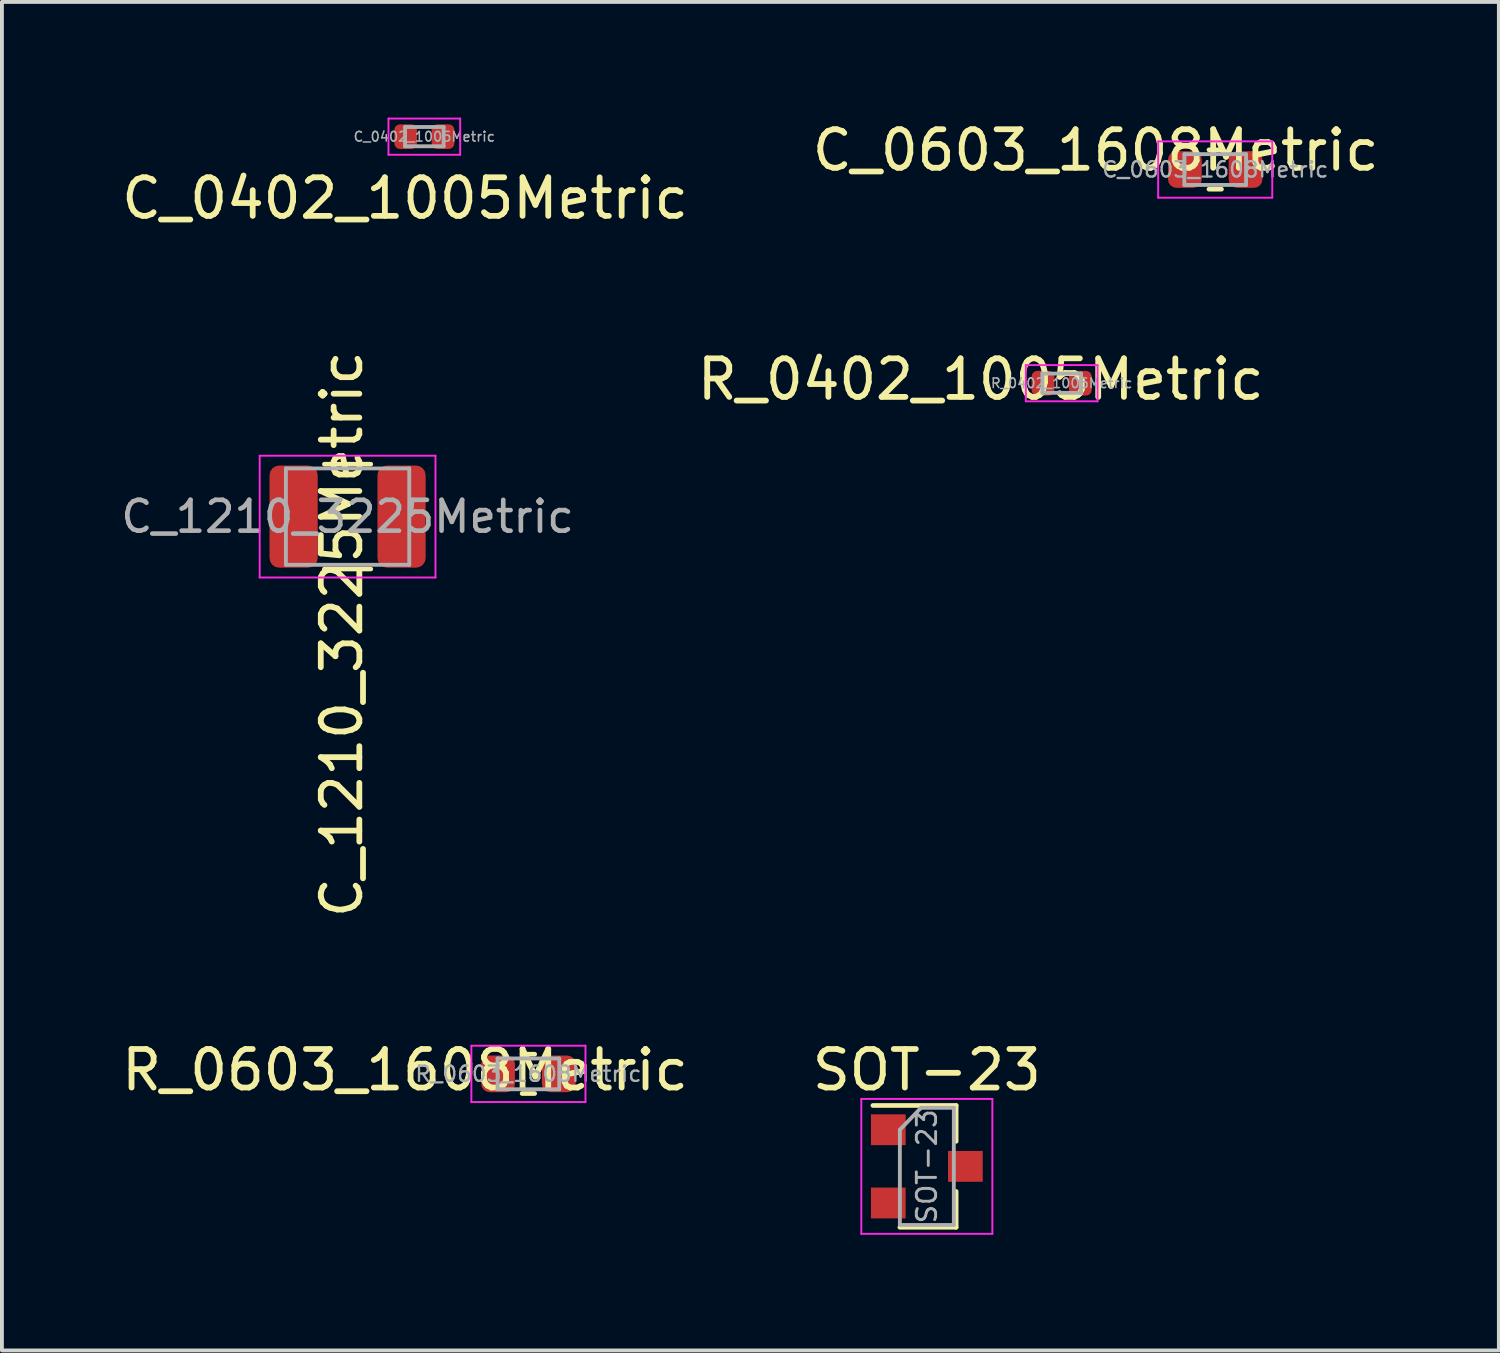
<source format=kicad_pcb>
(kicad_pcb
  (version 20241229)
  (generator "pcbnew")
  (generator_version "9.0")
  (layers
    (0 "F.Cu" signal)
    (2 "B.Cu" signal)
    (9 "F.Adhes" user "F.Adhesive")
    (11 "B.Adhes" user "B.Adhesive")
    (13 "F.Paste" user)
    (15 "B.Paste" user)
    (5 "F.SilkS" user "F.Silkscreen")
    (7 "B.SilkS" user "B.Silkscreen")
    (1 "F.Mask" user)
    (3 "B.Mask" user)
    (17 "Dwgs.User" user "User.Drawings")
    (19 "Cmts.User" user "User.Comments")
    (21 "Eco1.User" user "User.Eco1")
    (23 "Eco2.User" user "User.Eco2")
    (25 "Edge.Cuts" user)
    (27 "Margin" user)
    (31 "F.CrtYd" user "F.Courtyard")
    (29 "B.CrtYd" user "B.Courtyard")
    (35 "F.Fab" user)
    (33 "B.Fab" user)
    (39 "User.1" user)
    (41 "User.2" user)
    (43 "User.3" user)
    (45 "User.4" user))
  (footprint "C_0402_1005Metric"
    (layer "F.Cu")
    (at 7.958 0.495)
    (property "Reference" "C_0402_1005Metric" (at -0.5 1.6 0) (layer "F.SilkS") (effects (font (size 1 1) (thickness 0.15))))
    (attr smd)
    (fp_line (start -0.93 -0.47) (end 0.93 -0.47) (stroke (width 0.05) (type solid)) (layer "F.CrtYd"))
    (fp_line (start -0.93 0.47) (end -0.93 -0.47) (stroke (width 0.05) (type solid)) (layer "F.CrtYd"))
    (fp_line (start 0.93 -0.47) (end 0.93 0.47) (stroke (width 0.05) (type solid)) (layer "F.CrtYd"))
    (fp_line (start 0.93 0.47) (end -0.93 0.47) (stroke (width 0.05) (type solid)) (layer "F.CrtYd"))
    (fp_line (start -0.5 -0.25) (end 0.5 -0.25) (stroke (width 0.1) (type solid)) (layer "F.Fab"))
    (fp_line (start -0.5 0.25) (end -0.5 -0.25) (stroke (width 0.1) (type solid)) (layer "F.Fab"))
    (fp_line (start 0.5 -0.25) (end 0.5 0.25) (stroke (width 0.1) (type solid)) (layer "F.Fab"))
    (fp_line (start 0.5 0.25) (end -0.5 0.25) (stroke (width 0.1) (type solid)) (layer "F.Fab"))
    (fp_text user "${REFERENCE}" (at 0 0 0) (layer "F.Fab") (effects (font (size 0.25 0.25) (thickness 0.04))))
    (pad "1" smd roundrect (at -0.485 0) (size 0.59 0.64) (layers "F.Cu" "F.Mask" "F.Paste") (roundrect_rratio 0.25))
    (pad "2" smd roundrect (at 0.485 0) (size 0.59 0.64) (layers "F.Cu" "F.Mask" "F.Paste") (roundrect_rratio 0.25)))
  (footprint "R_0402_1005Metric"
    (layer "F.Cu")
    (at 24.492 6.891)
    (property "Reference" "R_0402_1005Metric" (at -2.1 -0.1 180) (layer "F.SilkS") (effects (font (size 1 1) (thickness 0.15))))
    (attr smd)
    (fp_line (start -0.93 -0.47) (end 0.93 -0.47) (stroke (width 0.05) (type solid)) (layer "F.CrtYd"))
    (fp_line (start -0.93 0.47) (end -0.93 -0.47) (stroke (width 0.05) (type solid)) (layer "F.CrtYd"))
    (fp_line (start 0.93 -0.47) (end 0.93 0.47) (stroke (width 0.05) (type solid)) (layer "F.CrtYd"))
    (fp_line (start 0.93 0.47) (end -0.93 0.47) (stroke (width 0.05) (type solid)) (layer "F.CrtYd"))
    (fp_line (start -0.5 -0.25) (end 0.5 -0.25) (stroke (width 0.1) (type solid)) (layer "F.Fab"))
    (fp_line (start -0.5 0.25) (end -0.5 -0.25) (stroke (width 0.1) (type solid)) (layer "F.Fab"))
    (fp_line (start 0.5 -0.25) (end 0.5 0.25) (stroke (width 0.1) (type solid)) (layer "F.Fab"))
    (fp_line (start 0.5 0.25) (end -0.5 0.25) (stroke (width 0.1) (type solid)) (layer "F.Fab"))
    (fp_text user "${REFERENCE}" (at 0 0 180) (layer "F.Fab") (effects (font (size 0.25 0.25) (thickness 0.04))))
    (pad "1" smd roundrect (at -0.485 0) (size 0.59 0.64) (layers "F.Cu" "F.Mask" "F.Paste") (roundrect_rratio 0.25))
    (pad "2" smd roundrect (at 0.485 0) (size 0.59 0.64) (layers "F.Cu" "F.Mask" "F.Paste") (roundrect_rratio 0.25)))
  (footprint "R_0603_1608Metric"
    (layer "F.Cu")
    (at 10.658 24.808)
    (property "Reference" "R_0603_1608Metric" (at -3.2 -0.1 180) (layer "F.SilkS") (effects (font (size 1 1) (thickness 0.15))))
    (attr smd)
    (fp_line (start -0.163 -0.51) (end 0.163 -0.51) (stroke (width 0.12) (type solid)) (layer "F.SilkS"))
    (fp_line (start -0.163 0.51) (end 0.163 0.51) (stroke (width 0.12) (type solid)) (layer "F.SilkS"))
    (fp_line (start -1.48 -0.73) (end 1.48 -0.73) (stroke (width 0.05) (type solid)) (layer "F.CrtYd"))
    (fp_line (start -1.48 0.73) (end -1.48 -0.73) (stroke (width 0.05) (type solid)) (layer "F.CrtYd"))
    (fp_line (start 1.48 -0.73) (end 1.48 0.73) (stroke (width 0.05) (type solid)) (layer "F.CrtYd"))
    (fp_line (start 1.48 0.73) (end -1.48 0.73) (stroke (width 0.05) (type solid)) (layer "F.CrtYd"))
    (fp_line (start -0.8 -0.4) (end 0.8 -0.4) (stroke (width 0.1) (type solid)) (layer "F.Fab"))
    (fp_line (start -0.8 0.4) (end -0.8 -0.4) (stroke (width 0.1) (type solid)) (layer "F.Fab"))
    (fp_line (start 0.8 -0.4) (end 0.8 0.4) (stroke (width 0.1) (type solid)) (layer "F.Fab"))
    (fp_line (start 0.8 0.4) (end -0.8 0.4) (stroke (width 0.1) (type solid)) (layer "F.Fab"))
    (fp_text user "${REFERENCE}" (at 0 0 180) (layer "F.Fab") (effects (font (size 0.4 0.4) (thickness 0.06))))
    (pad "1" smd roundrect (at -0.787 0) (size 0.875 0.95) (layers "F.Cu" "F.Mask" "F.Paste") (roundrect_rratio 0.25))
    (pad "2" smd roundrect (at 0.787 0) (size 0.875 0.95) (layers "F.Cu" "F.Mask" "F.Paste") (roundrect_rratio 0.25)))
  (footprint "C_0603_1608Metric"
    (layer "F.Cu")
    (at 28.475 1.348)
    (property "Reference" "C_0603_1608Metric" (at -3.1 -0.5 180) (layer "F.SilkS") (effects (font (size 1 1) (thickness 0.15))))
    (attr smd)
    (fp_line (start -0.163 -0.51) (end 0.163 -0.51) (stroke (width 0.12) (type solid)) (layer "F.SilkS"))
    (fp_line (start -0.163 0.51) (end 0.163 0.51) (stroke (width 0.12) (type solid)) (layer "F.SilkS"))
    (fp_line (start -1.48 -0.73) (end 1.48 -0.73) (stroke (width 0.05) (type solid)) (layer "F.CrtYd"))
    (fp_line (start -1.48 0.73) (end -1.48 -0.73) (stroke (width 0.05) (type solid)) (layer "F.CrtYd"))
    (fp_line (start 1.48 -0.73) (end 1.48 0.73) (stroke (width 0.05) (type solid)) (layer "F.CrtYd"))
    (fp_line (start 1.48 0.73) (end -1.48 0.73) (stroke (width 0.05) (type solid)) (layer "F.CrtYd"))
    (fp_line (start -0.8 -0.4) (end 0.8 -0.4) (stroke (width 0.1) (type solid)) (layer "F.Fab"))
    (fp_line (start -0.8 0.4) (end -0.8 -0.4) (stroke (width 0.1) (type solid)) (layer "F.Fab"))
    (fp_line (start 0.8 -0.4) (end 0.8 0.4) (stroke (width 0.1) (type solid)) (layer "F.Fab"))
    (fp_line (start 0.8 0.4) (end -0.8 0.4) (stroke (width 0.1) (type solid)) (layer "F.Fab"))
    (fp_text user "${REFERENCE}" (at 0 0 180) (layer "F.Fab") (effects (font (size 0.4 0.4) (thickness 0.06))))
    (pad "1" smd roundrect (at -0.787 0) (size 0.875 0.95) (layers "F.Cu" "F.Mask" "F.Paste") (roundrect_rratio 0.25))
    (pad "2" smd roundrect (at 0.787 0) (size 0.875 0.95) (layers "F.Cu" "F.Mask" "F.Paste") (roundrect_rratio 0.25)))
  (footprint "C_1210_3225Metric"
    (layer "F.Cu")
    (at 5.967 10.352)
    (property "Reference" "C_1210_3225Metric" (at -0.15 3.05 90) (layer "F.SilkS") (effects (font (size 1 1) (thickness 0.15))))
    (attr smd)
    (fp_line (start -0.602 -1.36) (end 0.602 -1.36) (stroke (width 0.12) (type solid)) (layer "F.SilkS"))
    (fp_line (start -0.602 1.36) (end 0.602 1.36) (stroke (width 0.12) (type solid)) (layer "F.SilkS"))
    (fp_line (start -2.28 -1.58) (end 2.28 -1.58) (stroke (width 0.05) (type solid)) (layer "F.CrtYd"))
    (fp_line (start -2.28 1.58) (end -2.28 -1.58) (stroke (width 0.05) (type solid)) (layer "F.CrtYd"))
    (fp_line (start 2.28 -1.58) (end 2.28 1.58) (stroke (width 0.05) (type solid)) (layer "F.CrtYd"))
    (fp_line (start 2.28 1.58) (end -2.28 1.58) (stroke (width 0.05) (type solid)) (layer "F.CrtYd"))
    (fp_line (start -1.6 -1.25) (end 1.6 -1.25) (stroke (width 0.1) (type solid)) (layer "F.Fab"))
    (fp_line (start -1.6 1.25) (end -1.6 -1.25) (stroke (width 0.1) (type solid)) (layer "F.Fab"))
    (fp_line (start 1.6 -1.25) (end 1.6 1.25) (stroke (width 0.1) (type solid)) (layer "F.Fab"))
    (fp_line (start 1.6 1.25) (end -1.6 1.25) (stroke (width 0.1) (type solid)) (layer "F.Fab"))
    (fp_text user "${REFERENCE}" (at 0 0 180) (layer "F.Fab") (effects (font (size 0.8 0.8) (thickness 0.12))))
    (pad "1" smd roundrect (at -1.4 0) (size 1.25 2.65) (layers "F.Cu" "F.Mask" "F.Paste") (roundrect_rratio 0.2))
    (pad "2" smd roundrect (at 1.4 0) (size 1.25 2.65) (layers "F.Cu" "F.Mask" "F.Paste") (roundrect_rratio 0.2)))
  (footprint "SOT-23"
    (layer "F.Cu")
    (at 20.994 27.208)
    (property "Reference" "SOT-23" (at 0 -2.5 180) (layer "F.SilkS") (effects (font (size 1 1) (thickness 0.15))))
    (attr smd)
    (fp_line (start 0.76 -1.58) (end -1.4 -1.58) (stroke (width 0.12) (type solid)) (layer "F.SilkS"))
    (fp_line (start 0.76 -1.58) (end 0.76 -0.65) (stroke (width 0.12) (type solid)) (layer "F.SilkS"))
    (fp_line (start 0.76 1.58) (end -0.7 1.58) (stroke (width 0.12) (type solid)) (layer "F.SilkS"))
    (fp_line (start 0.76 1.58) (end 0.76 0.65) (stroke (width 0.12) (type solid)) (layer "F.SilkS"))
    (fp_line (start -1.7 -1.75) (end 1.7 -1.75) (stroke (width 0.05) (type solid)) (layer "F.CrtYd"))
    (fp_line (start -1.7 1.75) (end -1.7 -1.75) (stroke (width 0.05) (type solid)) (layer "F.CrtYd"))
    (fp_line (start 1.7 -1.75) (end 1.7 1.75) (stroke (width 0.05) (type solid)) (layer "F.CrtYd"))
    (fp_line (start 1.7 1.75) (end -1.7 1.75) (stroke (width 0.05) (type solid)) (layer "F.CrtYd"))
    (fp_line (start -0.7 -0.95) (end -0.7 1.5) (stroke (width 0.1) (type solid)) (layer "F.Fab"))
    (fp_line (start -0.7 -0.95) (end -0.15 -1.52) (stroke (width 0.1) (type solid)) (layer "F.Fab"))
    (fp_line (start -0.7 1.52) (end 0.7 1.52) (stroke (width 0.1) (type solid)) (layer "F.Fab"))
    (fp_line (start -0.15 -1.52) (end 0.7 -1.52) (stroke (width 0.1) (type solid)) (layer "F.Fab"))
    (fp_line (start 0.7 -1.52) (end 0.7 1.52) (stroke (width 0.1) (type solid)) (layer "F.Fab"))
    (fp_text user "${REFERENCE}" (at 0 0 270) (layer "F.Fab") (effects (font (size 0.5 0.5) (thickness 0.075))))
    (pad "1" smd rect (at -1 -0.95) (size 0.9 0.8) (layers "F.Cu" "F.Mask" "F.Paste"))
    (pad "2" smd rect (at -1 0.95) (size 0.9 0.8) (layers "F.Cu" "F.Mask" "F.Paste"))
    (pad "3" smd rect (at 1 0) (size 0.9 0.8) (layers "F.Cu" "F.Mask" "F.Paste")))
  (gr_rect
    (start -3 -3)
    (end 35.833 31.983)
    (stroke (width 0.1) (type default))
    (fill no)
    (layer "Edge.Cuts")))
</source>
